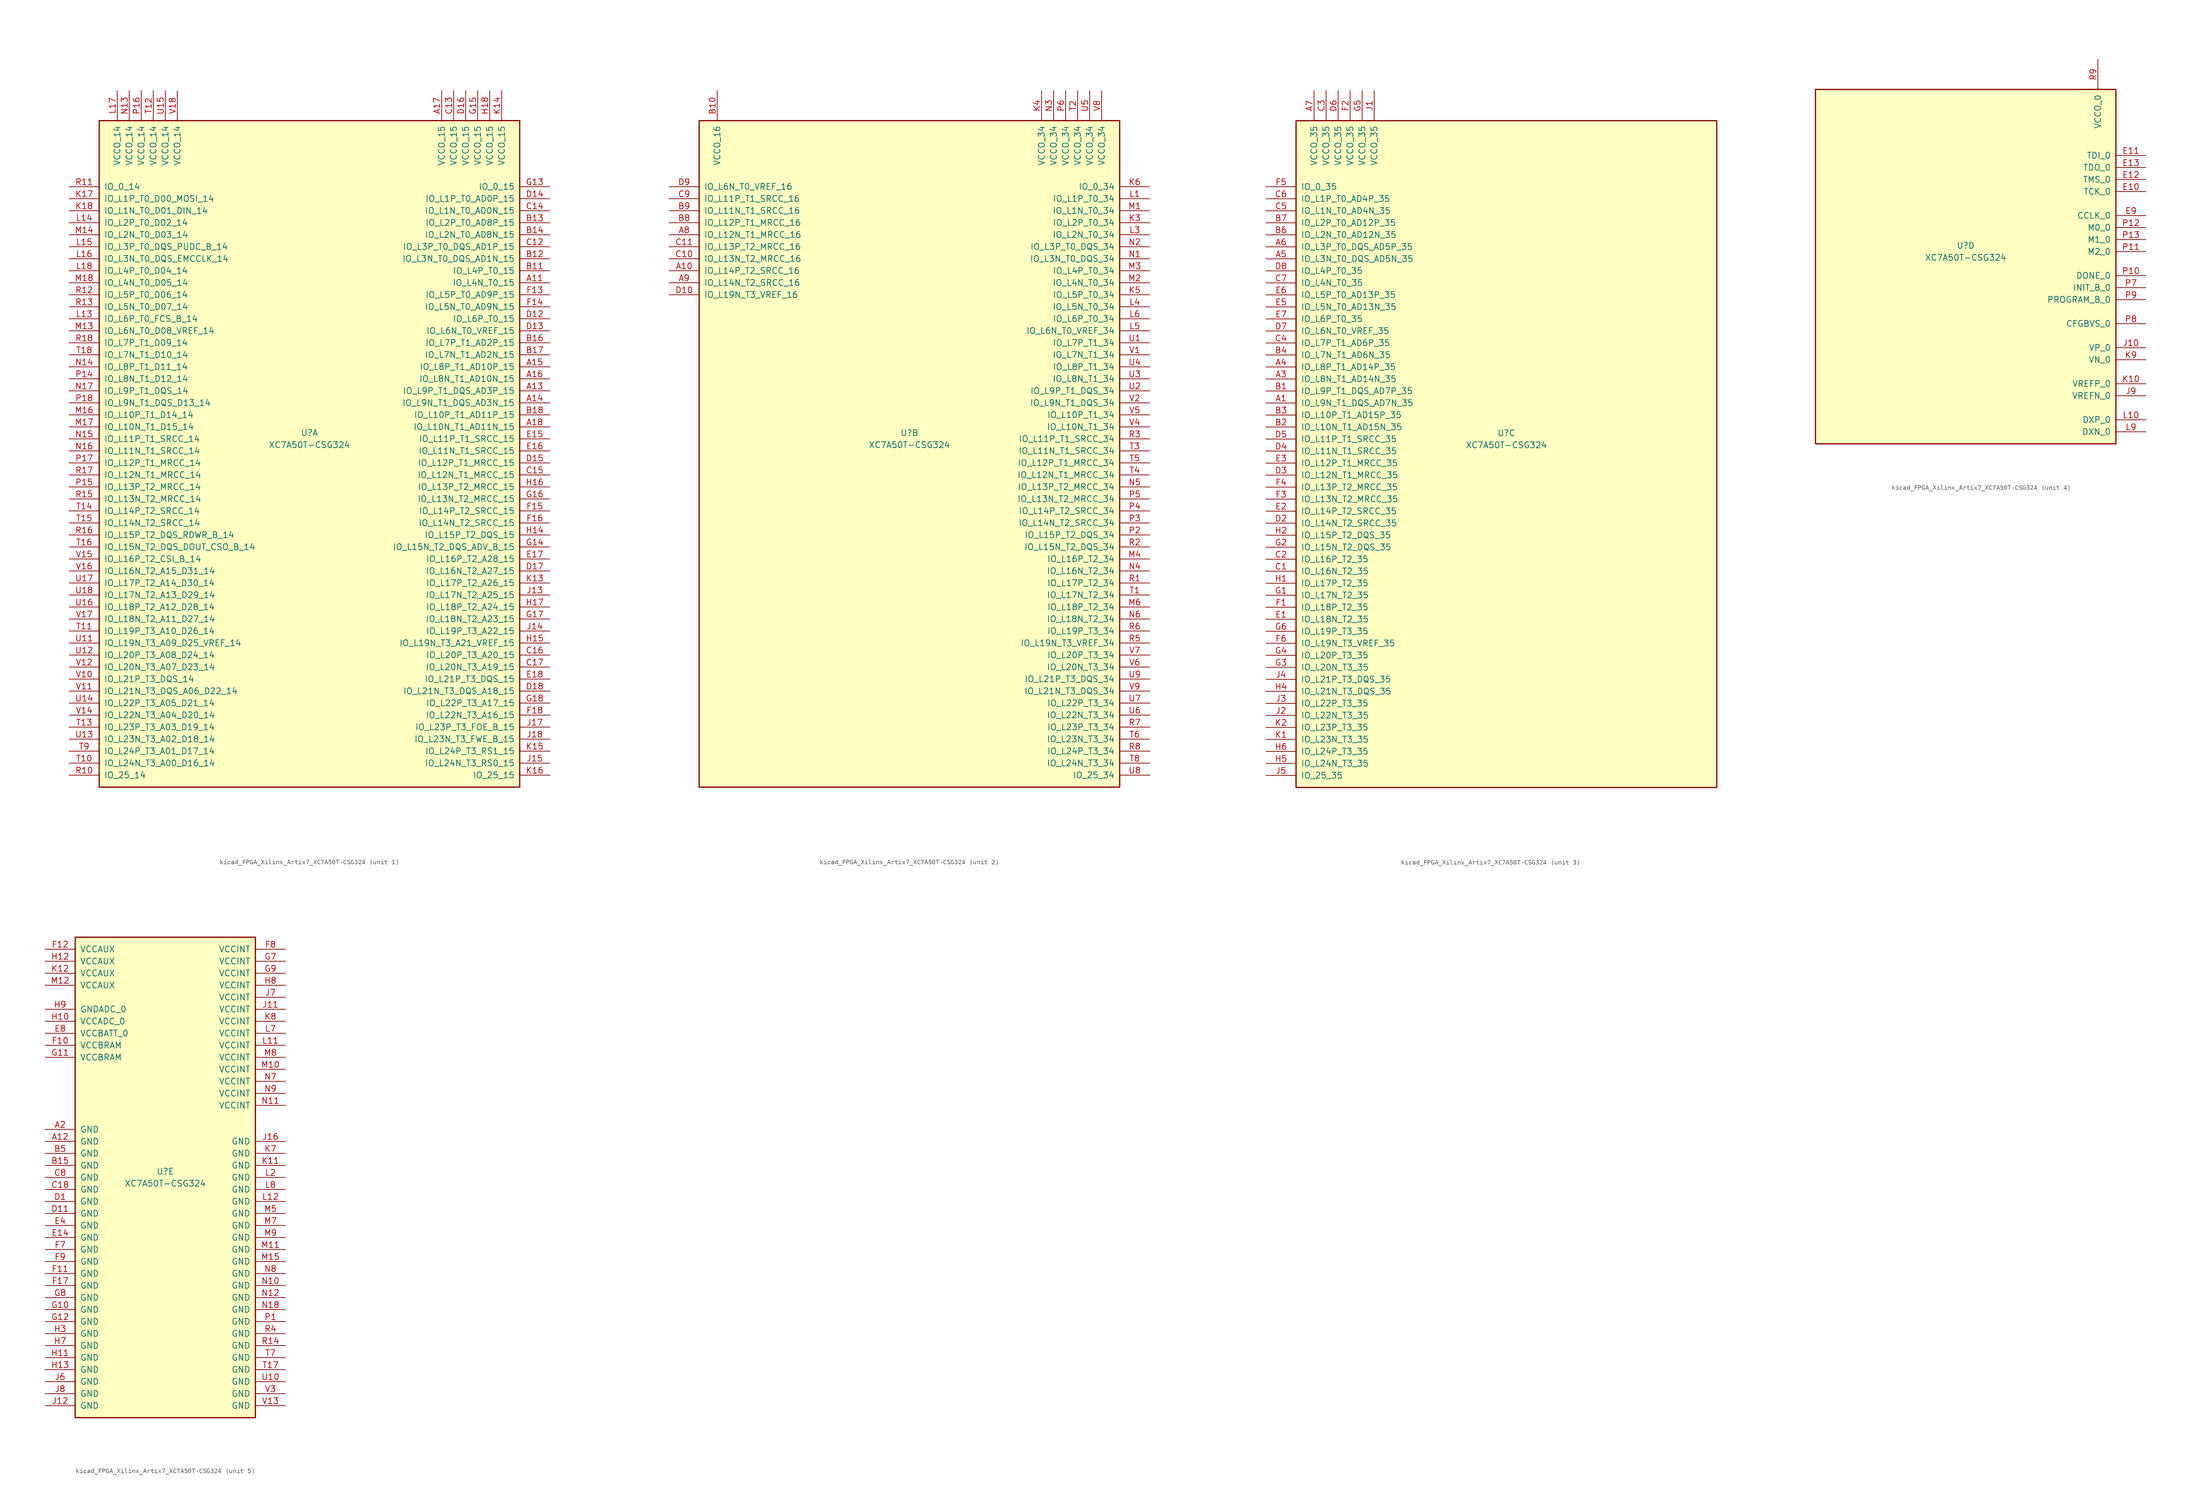
<source format=kicad_sym>
(kicad_symbol_lib
  (version 20220914)
  (generator kicad_symbol_editor)
  (symbol "kicad_FPGA_Xilinx_Artix7_XC7A50T-CSG324"
    (pin_names
      (offset 1.016))
    (property "Reference" "U"
      (at 0 1.27 0)
      (effects (font (size 1.27 1.27))))
    (property "Value" "XC7A50T-CSG324"
      (at 0 -1.27 0)
      (effects (font (size 1.27 1.27))))
    (property "Datasheet" ""
      (at 0 0 0)
      (effects (font (size 1.27 1.27))))
    (property "ki_locked" ""
      (at 0 0 0)
      (effects (font (size 1.27 1.27))))
    (symbol "kicad_FPGA_Xilinx_Artix7_XC7A50T-CSG324_1_1"
      (rectangle (start -44.45 67.31) (end 44.45 -73.66) (stroke (width 0.254) (type default)) (fill (type background)))
      (pin bidirectional line (at 50.8 33.02 180) (length 6.35) (name "IO_L4N_T0_15" (effects (font (size 1.27 1.27)))) (number "A11" (effects (font (size 1.27 1.27)))))
      (pin bidirectional line (at 50.8 10.16 180) (length 6.35) (name "IO_L9P_T1_DQS_AD3P_15" (effects (font (size 1.27 1.27)))) (number "A13" (effects (font (size 1.27 1.27)))))
      (pin bidirectional line (at 50.8 7.62 180) (length 6.35) (name "IO_L9N_T1_DQS_AD3N_15" (effects (font (size 1.27 1.27)))) (number "A14" (effects (font (size 1.27 1.27)))))
      (pin bidirectional line (at 50.8 15.24 180) (length 6.35) (name "IO_L8P_T1_AD10P_15" (effects (font (size 1.27 1.27)))) (number "A15" (effects (font (size 1.27 1.27)))))
      (pin bidirectional line (at 50.8 12.7 180) (length 6.35) (name "IO_L8N_T1_AD10N_15" (effects (font (size 1.27 1.27)))) (number "A16" (effects (font (size 1.27 1.27)))))
      (pin power_in line (at 27.94 73.66 270) (length 6.35) (name "VCCO_15" (effects (font (size 1.27 1.27)))) (number "A17" (effects (font (size 1.27 1.27)))))
      (pin bidirectional line (at 50.8 2.54 180) (length 6.35) (name "IO_L10N_T1_AD11N_15" (effects (font (size 1.27 1.27)))) (number "A18" (effects (font (size 1.27 1.27)))))
      (pin bidirectional line (at 50.8 35.56 180) (length 6.35) (name "IO_L4P_T0_15" (effects (font (size 1.27 1.27)))) (number "B11" (effects (font (size 1.27 1.27)))))
      (pin bidirectional line (at 50.8 38.1 180) (length 6.35) (name "IO_L3N_T0_DQS_AD1N_15" (effects (font (size 1.27 1.27)))) (number "B12" (effects (font (size 1.27 1.27)))))
      (pin bidirectional line (at 50.8 45.72 180) (length 6.35) (name "IO_L2P_T0_AD8P_15" (effects (font (size 1.27 1.27)))) (number "B13" (effects (font (size 1.27 1.27)))))
      (pin bidirectional line (at 50.8 43.18 180) (length 6.35) (name "IO_L2N_T0_AD8N_15" (effects (font (size 1.27 1.27)))) (number "B14" (effects (font (size 1.27 1.27)))))
      (pin bidirectional line (at 50.8 20.32 180) (length 6.35) (name "IO_L7P_T1_AD2P_15" (effects (font (size 1.27 1.27)))) (number "B16" (effects (font (size 1.27 1.27)))))
      (pin bidirectional line (at 50.8 17.78 180) (length 6.35) (name "IO_L7N_T1_AD2N_15" (effects (font (size 1.27 1.27)))) (number "B17" (effects (font (size 1.27 1.27)))))
      (pin bidirectional line (at 50.8 5.08 180) (length 6.35) (name "IO_L10P_T1_AD11P_15" (effects (font (size 1.27 1.27)))) (number "B18" (effects (font (size 1.27 1.27)))))
      (pin bidirectional line (at 50.8 40.64 180) (length 6.35) (name "IO_L3P_T0_DQS_AD1P_15" (effects (font (size 1.27 1.27)))) (number "C12" (effects (font (size 1.27 1.27)))))
      (pin power_in line (at 30.48 73.66 270) (length 6.35) (name "VCCO_15" (effects (font (size 1.27 1.27)))) (number "C13" (effects (font (size 1.27 1.27)))))
      (pin bidirectional line (at 50.8 48.26 180) (length 6.35) (name "IO_L1N_T0_AD0N_15" (effects (font (size 1.27 1.27)))) (number "C14" (effects (font (size 1.27 1.27)))))
      (pin bidirectional line (at 50.8 -7.62 180) (length 6.35) (name "IO_L12N_T1_MRCC_15" (effects (font (size 1.27 1.27)))) (number "C15" (effects (font (size 1.27 1.27)))))
      (pin bidirectional line (at 50.8 -45.72 180) (length 6.35) (name "IO_L20P_T3_A20_15" (effects (font (size 1.27 1.27)))) (number "C16" (effects (font (size 1.27 1.27)))))
      (pin bidirectional line (at 50.8 -48.26 180) (length 6.35) (name "IO_L20N_T3_A19_15" (effects (font (size 1.27 1.27)))) (number "C17" (effects (font (size 1.27 1.27)))))
      (pin bidirectional line (at 50.8 25.4 180) (length 6.35) (name "IO_L6P_T0_15" (effects (font (size 1.27 1.27)))) (number "D12" (effects (font (size 1.27 1.27)))))
      (pin bidirectional line (at 50.8 22.86 180) (length 6.35) (name "IO_L6N_T0_VREF_15" (effects (font (size 1.27 1.27)))) (number "D13" (effects (font (size 1.27 1.27)))))
      (pin bidirectional line (at 50.8 50.8 180) (length 6.35) (name "IO_L1P_T0_AD0P_15" (effects (font (size 1.27 1.27)))) (number "D14" (effects (font (size 1.27 1.27)))))
      (pin bidirectional line (at 50.8 -5.08 180) (length 6.35) (name "IO_L12P_T1_MRCC_15" (effects (font (size 1.27 1.27)))) (number "D15" (effects (font (size 1.27 1.27)))))
      (pin power_in line (at 33.02 73.66 270) (length 6.35) (name "VCCO_15" (effects (font (size 1.27 1.27)))) (number "D16" (effects (font (size 1.27 1.27)))))
      (pin bidirectional line (at 50.8 -27.94 180) (length 6.35) (name "IO_L16N_T2_A27_15" (effects (font (size 1.27 1.27)))) (number "D17" (effects (font (size 1.27 1.27)))))
      (pin bidirectional line (at 50.8 -53.34 180) (length 6.35) (name "IO_L21N_T3_DQS_A18_15" (effects (font (size 1.27 1.27)))) (number "D18" (effects (font (size 1.27 1.27)))))
      (pin bidirectional line (at 50.8 0 180) (length 6.35) (name "IO_L11P_T1_SRCC_15" (effects (font (size 1.27 1.27)))) (number "E15" (effects (font (size 1.27 1.27)))))
      (pin bidirectional line (at 50.8 -2.54 180) (length 6.35) (name "IO_L11N_T1_SRCC_15" (effects (font (size 1.27 1.27)))) (number "E16" (effects (font (size 1.27 1.27)))))
      (pin bidirectional line (at 50.8 -25.4 180) (length 6.35) (name "IO_L16P_T2_A28_15" (effects (font (size 1.27 1.27)))) (number "E17" (effects (font (size 1.27 1.27)))))
      (pin bidirectional line (at 50.8 -50.8 180) (length 6.35) (name "IO_L21P_T3_DQS_15" (effects (font (size 1.27 1.27)))) (number "E18" (effects (font (size 1.27 1.27)))))
      (pin bidirectional line (at 50.8 30.48 180) (length 6.35) (name "IO_L5P_T0_AD9P_15" (effects (font (size 1.27 1.27)))) (number "F13" (effects (font (size 1.27 1.27)))))
      (pin bidirectional line (at 50.8 27.94 180) (length 6.35) (name "IO_L5N_T0_AD9N_15" (effects (font (size 1.27 1.27)))) (number "F14" (effects (font (size 1.27 1.27)))))
      (pin bidirectional line (at 50.8 -15.24 180) (length 6.35) (name "IO_L14P_T2_SRCC_15" (effects (font (size 1.27 1.27)))) (number "F15" (effects (font (size 1.27 1.27)))))
      (pin bidirectional line (at 50.8 -17.78 180) (length 6.35) (name "IO_L14N_T2_SRCC_15" (effects (font (size 1.27 1.27)))) (number "F16" (effects (font (size 1.27 1.27)))))
      (pin bidirectional line (at 50.8 -58.42 180) (length 6.35) (name "IO_L22N_T3_A16_15" (effects (font (size 1.27 1.27)))) (number "F18" (effects (font (size 1.27 1.27)))))
      (pin bidirectional line (at 50.8 53.34 180) (length 6.35) (name "IO_0_15" (effects (font (size 1.27 1.27)))) (number "G13" (effects (font (size 1.27 1.27)))))
      (pin bidirectional line (at 50.8 -22.86 180) (length 6.35) (name "IO_L15N_T2_DQS_ADV_B_15" (effects (font (size 1.27 1.27)))) (number "G14" (effects (font (size 1.27 1.27)))))
      (pin power_in line (at 35.56 73.66 270) (length 6.35) (name "VCCO_15" (effects (font (size 1.27 1.27)))) (number "G15" (effects (font (size 1.27 1.27)))))
      (pin bidirectional line (at 50.8 -12.7 180) (length 6.35) (name "IO_L13N_T2_MRCC_15" (effects (font (size 1.27 1.27)))) (number "G16" (effects (font (size 1.27 1.27)))))
      (pin bidirectional line (at 50.8 -38.1 180) (length 6.35) (name "IO_L18N_T2_A23_15" (effects (font (size 1.27 1.27)))) (number "G17" (effects (font (size 1.27 1.27)))))
      (pin bidirectional line (at 50.8 -55.88 180) (length 6.35) (name "IO_L22P_T3_A17_15" (effects (font (size 1.27 1.27)))) (number "G18" (effects (font (size 1.27 1.27)))))
      (pin bidirectional line (at 50.8 -20.32 180) (length 6.35) (name "IO_L15P_T2_DQS_15" (effects (font (size 1.27 1.27)))) (number "H14" (effects (font (size 1.27 1.27)))))
      (pin bidirectional line (at 50.8 -43.18 180) (length 6.35) (name "IO_L19N_T3_A21_VREF_15" (effects (font (size 1.27 1.27)))) (number "H15" (effects (font (size 1.27 1.27)))))
      (pin bidirectional line (at 50.8 -10.16 180) (length 6.35) (name "IO_L13P_T2_MRCC_15" (effects (font (size 1.27 1.27)))) (number "H16" (effects (font (size 1.27 1.27)))))
      (pin bidirectional line (at 50.8 -35.56 180) (length 6.35) (name "IO_L18P_T2_A24_15" (effects (font (size 1.27 1.27)))) (number "H17" (effects (font (size 1.27 1.27)))))
      (pin power_in line (at 38.1 73.66 270) (length 6.35) (name "VCCO_15" (effects (font (size 1.27 1.27)))) (number "H18" (effects (font (size 1.27 1.27)))))
      (pin bidirectional line (at 50.8 -33.02 180) (length 6.35) (name "IO_L17N_T2_A25_15" (effects (font (size 1.27 1.27)))) (number "J13" (effects (font (size 1.27 1.27)))))
      (pin bidirectional line (at 50.8 -40.64 180) (length 6.35) (name "IO_L19P_T3_A22_15" (effects (font (size 1.27 1.27)))) (number "J14" (effects (font (size 1.27 1.27)))))
      (pin bidirectional line (at 50.8 -68.58 180) (length 6.35) (name "IO_L24N_T3_RS0_15" (effects (font (size 1.27 1.27)))) (number "J15" (effects (font (size 1.27 1.27)))))
      (pin bidirectional line (at 50.8 -60.96 180) (length 6.35) (name "IO_L23P_T3_FOE_B_15" (effects (font (size 1.27 1.27)))) (number "J17" (effects (font (size 1.27 1.27)))))
      (pin bidirectional line (at 50.8 -63.5 180) (length 6.35) (name "IO_L23N_T3_FWE_B_15" (effects (font (size 1.27 1.27)))) (number "J18" (effects (font (size 1.27 1.27)))))
      (pin bidirectional line (at 50.8 -30.48 180) (length 6.35) (name "IO_L17P_T2_A26_15" (effects (font (size 1.27 1.27)))) (number "K13" (effects (font (size 1.27 1.27)))))
      (pin power_in line (at 40.64 73.66 270) (length 6.35) (name "VCCO_15" (effects (font (size 1.27 1.27)))) (number "K14" (effects (font (size 1.27 1.27)))))
      (pin bidirectional line (at 50.8 -66.04 180) (length 6.35) (name "IO_L24P_T3_RS1_15" (effects (font (size 1.27 1.27)))) (number "K15" (effects (font (size 1.27 1.27)))))
      (pin bidirectional line (at 50.8 -71.12 180) (length 6.35) (name "IO_25_15" (effects (font (size 1.27 1.27)))) (number "K16" (effects (font (size 1.27 1.27)))))
      (pin bidirectional line (at -50.8 50.8 0) (length 6.35) (name "IO_L1P_T0_D00_MOSI_14" (effects (font (size 1.27 1.27)))) (number "K17" (effects (font (size 1.27 1.27)))))
      (pin bidirectional line (at -50.8 48.26 0) (length 6.35) (name "IO_L1N_T0_D01_DIN_14" (effects (font (size 1.27 1.27)))) (number "K18" (effects (font (size 1.27 1.27)))))
      (pin bidirectional line (at -50.8 25.4 0) (length 6.35) (name "IO_L6P_T0_FCS_B_14" (effects (font (size 1.27 1.27)))) (number "L13" (effects (font (size 1.27 1.27)))))
      (pin bidirectional line (at -50.8 45.72 0) (length 6.35) (name "IO_L2P_T0_D02_14" (effects (font (size 1.27 1.27)))) (number "L14" (effects (font (size 1.27 1.27)))))
      (pin bidirectional line (at -50.8 40.64 0) (length 6.35) (name "IO_L3P_T0_DQS_PUDC_B_14" (effects (font (size 1.27 1.27)))) (number "L15" (effects (font (size 1.27 1.27)))))
      (pin bidirectional line (at -50.8 38.1 0) (length 6.35) (name "IO_L3N_T0_DQS_EMCCLK_14" (effects (font (size 1.27 1.27)))) (number "L16" (effects (font (size 1.27 1.27)))))
      (pin power_in line (at -40.64 73.66 270) (length 6.35) (name "VCCO_14" (effects (font (size 1.27 1.27)))) (number "L17" (effects (font (size 1.27 1.27)))))
      (pin bidirectional line (at -50.8 35.56 0) (length 6.35) (name "IO_L4P_T0_D04_14" (effects (font (size 1.27 1.27)))) (number "L18" (effects (font (size 1.27 1.27)))))
      (pin bidirectional line (at -50.8 22.86 0) (length 6.35) (name "IO_L6N_T0_D08_VREF_14" (effects (font (size 1.27 1.27)))) (number "M13" (effects (font (size 1.27 1.27)))))
      (pin bidirectional line (at -50.8 43.18 0) (length 6.35) (name "IO_L2N_T0_D03_14" (effects (font (size 1.27 1.27)))) (number "M14" (effects (font (size 1.27 1.27)))))
      (pin bidirectional line (at -50.8 5.08 0) (length 6.35) (name "IO_L10P_T1_D14_14" (effects (font (size 1.27 1.27)))) (number "M16" (effects (font (size 1.27 1.27)))))
      (pin bidirectional line (at -50.8 2.54 0) (length 6.35) (name "IO_L10N_T1_D15_14" (effects (font (size 1.27 1.27)))) (number "M17" (effects (font (size 1.27 1.27)))))
      (pin bidirectional line (at -50.8 33.02 0) (length 6.35) (name "IO_L4N_T0_D05_14" (effects (font (size 1.27 1.27)))) (number "M18" (effects (font (size 1.27 1.27)))))
      (pin power_in line (at -38.1 73.66 270) (length 6.35) (name "VCCO_14" (effects (font (size 1.27 1.27)))) (number "N13" (effects (font (size 1.27 1.27)))))
      (pin bidirectional line (at -50.8 15.24 0) (length 6.35) (name "IO_L8P_T1_D11_14" (effects (font (size 1.27 1.27)))) (number "N14" (effects (font (size 1.27 1.27)))))
      (pin bidirectional line (at -50.8 0 0) (length 6.35) (name "IO_L11P_T1_SRCC_14" (effects (font (size 1.27 1.27)))) (number "N15" (effects (font (size 1.27 1.27)))))
      (pin bidirectional line (at -50.8 -2.54 0) (length 6.35) (name "IO_L11N_T1_SRCC_14" (effects (font (size 1.27 1.27)))) (number "N16" (effects (font (size 1.27 1.27)))))
      (pin bidirectional line (at -50.8 10.16 0) (length 6.35) (name "IO_L9P_T1_DQS_14" (effects (font (size 1.27 1.27)))) (number "N17" (effects (font (size 1.27 1.27)))))
      (pin bidirectional line (at -50.8 12.7 0) (length 6.35) (name "IO_L8N_T1_D12_14" (effects (font (size 1.27 1.27)))) (number "P14" (effects (font (size 1.27 1.27)))))
      (pin bidirectional line (at -50.8 -10.16 0) (length 6.35) (name "IO_L13P_T2_MRCC_14" (effects (font (size 1.27 1.27)))) (number "P15" (effects (font (size 1.27 1.27)))))
      (pin power_in line (at -35.56 73.66 270) (length 6.35) (name "VCCO_14" (effects (font (size 1.27 1.27)))) (number "P16" (effects (font (size 1.27 1.27)))))
      (pin bidirectional line (at -50.8 -5.08 0) (length 6.35) (name "IO_L12P_T1_MRCC_14" (effects (font (size 1.27 1.27)))) (number "P17" (effects (font (size 1.27 1.27)))))
      (pin bidirectional line (at -50.8 7.62 0) (length 6.35) (name "IO_L9N_T1_DQS_D13_14" (effects (font (size 1.27 1.27)))) (number "P18" (effects (font (size 1.27 1.27)))))
      (pin bidirectional line (at -50.8 -71.12 0) (length 6.35) (name "IO_25_14" (effects (font (size 1.27 1.27)))) (number "R10" (effects (font (size 1.27 1.27)))))
      (pin bidirectional line (at -50.8 53.34 0) (length 6.35) (name "IO_0_14" (effects (font (size 1.27 1.27)))) (number "R11" (effects (font (size 1.27 1.27)))))
      (pin bidirectional line (at -50.8 30.48 0) (length 6.35) (name "IO_L5P_T0_D06_14" (effects (font (size 1.27 1.27)))) (number "R12" (effects (font (size 1.27 1.27)))))
      (pin bidirectional line (at -50.8 27.94 0) (length 6.35) (name "IO_L5N_T0_D07_14" (effects (font (size 1.27 1.27)))) (number "R13" (effects (font (size 1.27 1.27)))))
      (pin bidirectional line (at -50.8 -12.7 0) (length 6.35) (name "IO_L13N_T2_MRCC_14" (effects (font (size 1.27 1.27)))) (number "R15" (effects (font (size 1.27 1.27)))))
      (pin bidirectional line (at -50.8 -20.32 0) (length 6.35) (name "IO_L15P_T2_DQS_RDWR_B_14" (effects (font (size 1.27 1.27)))) (number "R16" (effects (font (size 1.27 1.27)))))
      (pin bidirectional line (at -50.8 -7.62 0) (length 6.35) (name "IO_L12N_T1_MRCC_14" (effects (font (size 1.27 1.27)))) (number "R17" (effects (font (size 1.27 1.27)))))
      (pin bidirectional line (at -50.8 20.32 0) (length 6.35) (name "IO_L7P_T1_D09_14" (effects (font (size 1.27 1.27)))) (number "R18" (effects (font (size 1.27 1.27)))))
      (pin bidirectional line (at -50.8 -68.58 0) (length 6.35) (name "IO_L24N_T3_A00_D16_14" (effects (font (size 1.27 1.27)))) (number "T10" (effects (font (size 1.27 1.27)))))
      (pin bidirectional line (at -50.8 -40.64 0) (length 6.35) (name "IO_L19P_T3_A10_D26_14" (effects (font (size 1.27 1.27)))) (number "T11" (effects (font (size 1.27 1.27)))))
      (pin power_in line (at -33.02 73.66 270) (length 6.35) (name "VCCO_14" (effects (font (size 1.27 1.27)))) (number "T12" (effects (font (size 1.27 1.27)))))
      (pin bidirectional line (at -50.8 -60.96 0) (length 6.35) (name "IO_L23P_T3_A03_D19_14" (effects (font (size 1.27 1.27)))) (number "T13" (effects (font (size 1.27 1.27)))))
      (pin bidirectional line (at -50.8 -15.24 0) (length 6.35) (name "IO_L14P_T2_SRCC_14" (effects (font (size 1.27 1.27)))) (number "T14" (effects (font (size 1.27 1.27)))))
      (pin bidirectional line (at -50.8 -17.78 0) (length 6.35) (name "IO_L14N_T2_SRCC_14" (effects (font (size 1.27 1.27)))) (number "T15" (effects (font (size 1.27 1.27)))))
      (pin bidirectional line (at -50.8 -22.86 0) (length 6.35) (name "IO_L15N_T2_DQS_DOUT_CSO_B_14" (effects (font (size 1.27 1.27)))) (number "T16" (effects (font (size 1.27 1.27)))))
      (pin bidirectional line (at -50.8 17.78 0) (length 6.35) (name "IO_L7N_T1_D10_14" (effects (font (size 1.27 1.27)))) (number "T18" (effects (font (size 1.27 1.27)))))
      (pin bidirectional line (at -50.8 -66.04 0) (length 6.35) (name "IO_L24P_T3_A01_D17_14" (effects (font (size 1.27 1.27)))) (number "T9" (effects (font (size 1.27 1.27)))))
      (pin bidirectional line (at -50.8 -43.18 0) (length 6.35) (name "IO_L19N_T3_A09_D25_VREF_14" (effects (font (size 1.27 1.27)))) (number "U11" (effects (font (size 1.27 1.27)))))
      (pin bidirectional line (at -50.8 -45.72 0) (length 6.35) (name "IO_L20P_T3_A08_D24_14" (effects (font (size 1.27 1.27)))) (number "U12" (effects (font (size 1.27 1.27)))))
      (pin bidirectional line (at -50.8 -63.5 0) (length 6.35) (name "IO_L23N_T3_A02_D18_14" (effects (font (size 1.27 1.27)))) (number "U13" (effects (font (size 1.27 1.27)))))
      (pin bidirectional line (at -50.8 -55.88 0) (length 6.35) (name "IO_L22P_T3_A05_D21_14" (effects (font (size 1.27 1.27)))) (number "U14" (effects (font (size 1.27 1.27)))))
      (pin power_in line (at -30.48 73.66 270) (length 6.35) (name "VCCO_14" (effects (font (size 1.27 1.27)))) (number "U15" (effects (font (size 1.27 1.27)))))
      (pin bidirectional line (at -50.8 -35.56 0) (length 6.35) (name "IO_L18P_T2_A12_D28_14" (effects (font (size 1.27 1.27)))) (number "U16" (effects (font (size 1.27 1.27)))))
      (pin bidirectional line (at -50.8 -30.48 0) (length 6.35) (name "IO_L17P_T2_A14_D30_14" (effects (font (size 1.27 1.27)))) (number "U17" (effects (font (size 1.27 1.27)))))
      (pin bidirectional line (at -50.8 -33.02 0) (length 6.35) (name "IO_L17N_T2_A13_D29_14" (effects (font (size 1.27 1.27)))) (number "U18" (effects (font (size 1.27 1.27)))))
      (pin bidirectional line (at -50.8 -50.8 0) (length 6.35) (name "IO_L21P_T3_DQS_14" (effects (font (size 1.27 1.27)))) (number "V10" (effects (font (size 1.27 1.27)))))
      (pin bidirectional line (at -50.8 -53.34 0) (length 6.35) (name "IO_L21N_T3_DQS_A06_D22_14" (effects (font (size 1.27 1.27)))) (number "V11" (effects (font (size 1.27 1.27)))))
      (pin bidirectional line (at -50.8 -48.26 0) (length 6.35) (name "IO_L20N_T3_A07_D23_14" (effects (font (size 1.27 1.27)))) (number "V12" (effects (font (size 1.27 1.27)))))
      (pin bidirectional line (at -50.8 -58.42 0) (length 6.35) (name "IO_L22N_T3_A04_D20_14" (effects (font (size 1.27 1.27)))) (number "V14" (effects (font (size 1.27 1.27)))))
      (pin bidirectional line (at -50.8 -25.4 0) (length 6.35) (name "IO_L16P_T2_CSI_B_14" (effects (font (size 1.27 1.27)))) (number "V15" (effects (font (size 1.27 1.27)))))
      (pin bidirectional line (at -50.8 -27.94 0) (length 6.35) (name "IO_L16N_T2_A15_D31_14" (effects (font (size 1.27 1.27)))) (number "V16" (effects (font (size 1.27 1.27)))))
      (pin bidirectional line (at -50.8 -38.1 0) (length 6.35) (name "IO_L18N_T2_A11_D27_14" (effects (font (size 1.27 1.27)))) (number "V17" (effects (font (size 1.27 1.27)))))
      (pin power_in line (at -27.94 73.66 270) (length 6.35) (name "VCCO_14" (effects (font (size 1.27 1.27)))) (number "V18" (effects (font (size 1.27 1.27))))))
    (symbol "kicad_FPGA_Xilinx_Artix7_XC7A50T-CSG324_2_1"
      (rectangle (start -44.45 67.31) (end 44.45 -73.66) (stroke (width 0.254) (type default)) (fill (type background)))
      (pin bidirectional line (at -50.8 35.56 0) (length 6.35) (name "IO_L14P_T2_SRCC_16" (effects (font (size 1.27 1.27)))) (number "A10" (effects (font (size 1.27 1.27)))))
      (pin bidirectional line (at -50.8 43.18 0) (length 6.35) (name "IO_L12N_T1_MRCC_16" (effects (font (size 1.27 1.27)))) (number "A8" (effects (font (size 1.27 1.27)))))
      (pin bidirectional line (at -50.8 33.02 0) (length 6.35) (name "IO_L14N_T2_SRCC_16" (effects (font (size 1.27 1.27)))) (number "A9" (effects (font (size 1.27 1.27)))))
      (pin power_in line (at -40.64 73.66 270) (length 6.35) (name "VCCO_16" (effects (font (size 1.27 1.27)))) (number "B10" (effects (font (size 1.27 1.27)))))
      (pin bidirectional line (at -50.8 45.72 0) (length 6.35) (name "IO_L12P_T1_MRCC_16" (effects (font (size 1.27 1.27)))) (number "B8" (effects (font (size 1.27 1.27)))))
      (pin bidirectional line (at -50.8 48.26 0) (length 6.35) (name "IO_L11N_T1_SRCC_16" (effects (font (size 1.27 1.27)))) (number "B9" (effects (font (size 1.27 1.27)))))
      (pin bidirectional line (at -50.8 38.1 0) (length 6.35) (name "IO_L13N_T2_MRCC_16" (effects (font (size 1.27 1.27)))) (number "C10" (effects (font (size 1.27 1.27)))))
      (pin bidirectional line (at -50.8 40.64 0) (length 6.35) (name "IO_L13P_T2_MRCC_16" (effects (font (size 1.27 1.27)))) (number "C11" (effects (font (size 1.27 1.27)))))
      (pin bidirectional line (at -50.8 50.8 0) (length 6.35) (name "IO_L11P_T1_SRCC_16" (effects (font (size 1.27 1.27)))) (number "C9" (effects (font (size 1.27 1.27)))))
      (pin bidirectional line (at -50.8 30.48 0) (length 6.35) (name "IO_L19N_T3_VREF_16" (effects (font (size 1.27 1.27)))) (number "D10" (effects (font (size 1.27 1.27)))))
      (pin bidirectional line (at -50.8 53.34 0) (length 6.35) (name "IO_L6N_T0_VREF_16" (effects (font (size 1.27 1.27)))) (number "D9" (effects (font (size 1.27 1.27)))))
      (pin bidirectional line (at 50.8 45.72 180) (length 6.35) (name "IO_L2P_T0_34" (effects (font (size 1.27 1.27)))) (number "K3" (effects (font (size 1.27 1.27)))))
      (pin power_in line (at 27.94 73.66 270) (length 6.35) (name "VCCO_34" (effects (font (size 1.27 1.27)))) (number "K4" (effects (font (size 1.27 1.27)))))
      (pin bidirectional line (at 50.8 30.48 180) (length 6.35) (name "IO_L5P_T0_34" (effects (font (size 1.27 1.27)))) (number "K5" (effects (font (size 1.27 1.27)))))
      (pin bidirectional line (at 50.8 53.34 180) (length 6.35) (name "IO_0_34" (effects (font (size 1.27 1.27)))) (number "K6" (effects (font (size 1.27 1.27)))))
      (pin bidirectional line (at 50.8 50.8 180) (length 6.35) (name "IO_L1P_T0_34" (effects (font (size 1.27 1.27)))) (number "L1" (effects (font (size 1.27 1.27)))))
      (pin bidirectional line (at 50.8 43.18 180) (length 6.35) (name "IO_L2N_T0_34" (effects (font (size 1.27 1.27)))) (number "L3" (effects (font (size 1.27 1.27)))))
      (pin bidirectional line (at 50.8 27.94 180) (length 6.35) (name "IO_L5N_T0_34" (effects (font (size 1.27 1.27)))) (number "L4" (effects (font (size 1.27 1.27)))))
      (pin bidirectional line (at 50.8 22.86 180) (length 6.35) (name "IO_L6N_T0_VREF_34" (effects (font (size 1.27 1.27)))) (number "L5" (effects (font (size 1.27 1.27)))))
      (pin bidirectional line (at 50.8 25.4 180) (length 6.35) (name "IO_L6P_T0_34" (effects (font (size 1.27 1.27)))) (number "L6" (effects (font (size 1.27 1.27)))))
      (pin bidirectional line (at 50.8 48.26 180) (length 6.35) (name "IO_L1N_T0_34" (effects (font (size 1.27 1.27)))) (number "M1" (effects (font (size 1.27 1.27)))))
      (pin bidirectional line (at 50.8 33.02 180) (length 6.35) (name "IO_L4N_T0_34" (effects (font (size 1.27 1.27)))) (number "M2" (effects (font (size 1.27 1.27)))))
      (pin bidirectional line (at 50.8 35.56 180) (length 6.35) (name "IO_L4P_T0_34" (effects (font (size 1.27 1.27)))) (number "M3" (effects (font (size 1.27 1.27)))))
      (pin bidirectional line (at 50.8 -25.4 180) (length 6.35) (name "IO_L16P_T2_34" (effects (font (size 1.27 1.27)))) (number "M4" (effects (font (size 1.27 1.27)))))
      (pin bidirectional line (at 50.8 -35.56 180) (length 6.35) (name "IO_L18P_T2_34" (effects (font (size 1.27 1.27)))) (number "M6" (effects (font (size 1.27 1.27)))))
      (pin bidirectional line (at 50.8 38.1 180) (length 6.35) (name "IO_L3N_T0_DQS_34" (effects (font (size 1.27 1.27)))) (number "N1" (effects (font (size 1.27 1.27)))))
      (pin bidirectional line (at 50.8 40.64 180) (length 6.35) (name "IO_L3P_T0_DQS_34" (effects (font (size 1.27 1.27)))) (number "N2" (effects (font (size 1.27 1.27)))))
      (pin power_in line (at 30.48 73.66 270) (length 6.35) (name "VCCO_34" (effects (font (size 1.27 1.27)))) (number "N3" (effects (font (size 1.27 1.27)))))
      (pin bidirectional line (at 50.8 -27.94 180) (length 6.35) (name "IO_L16N_T2_34" (effects (font (size 1.27 1.27)))) (number "N4" (effects (font (size 1.27 1.27)))))
      (pin bidirectional line (at 50.8 -10.16 180) (length 6.35) (name "IO_L13P_T2_MRCC_34" (effects (font (size 1.27 1.27)))) (number "N5" (effects (font (size 1.27 1.27)))))
      (pin bidirectional line (at 50.8 -38.1 180) (length 6.35) (name "IO_L18N_T2_34" (effects (font (size 1.27 1.27)))) (number "N6" (effects (font (size 1.27 1.27)))))
      (pin bidirectional line (at 50.8 -20.32 180) (length 6.35) (name "IO_L15P_T2_DQS_34" (effects (font (size 1.27 1.27)))) (number "P2" (effects (font (size 1.27 1.27)))))
      (pin bidirectional line (at 50.8 -17.78 180) (length 6.35) (name "IO_L14N_T2_SRCC_34" (effects (font (size 1.27 1.27)))) (number "P3" (effects (font (size 1.27 1.27)))))
      (pin bidirectional line (at 50.8 -15.24 180) (length 6.35) (name "IO_L14P_T2_SRCC_34" (effects (font (size 1.27 1.27)))) (number "P4" (effects (font (size 1.27 1.27)))))
      (pin bidirectional line (at 50.8 -12.7 180) (length 6.35) (name "IO_L13N_T2_MRCC_34" (effects (font (size 1.27 1.27)))) (number "P5" (effects (font (size 1.27 1.27)))))
      (pin power_in line (at 33.02 73.66 270) (length 6.35) (name "VCCO_34" (effects (font (size 1.27 1.27)))) (number "P6" (effects (font (size 1.27 1.27)))))
      (pin bidirectional line (at 50.8 -30.48 180) (length 6.35) (name "IO_L17P_T2_34" (effects (font (size 1.27 1.27)))) (number "R1" (effects (font (size 1.27 1.27)))))
      (pin bidirectional line (at 50.8 -22.86 180) (length 6.35) (name "IO_L15N_T2_DQS_34" (effects (font (size 1.27 1.27)))) (number "R2" (effects (font (size 1.27 1.27)))))
      (pin bidirectional line (at 50.8 0 180) (length 6.35) (name "IO_L11P_T1_SRCC_34" (effects (font (size 1.27 1.27)))) (number "R3" (effects (font (size 1.27 1.27)))))
      (pin bidirectional line (at 50.8 -43.18 180) (length 6.35) (name "IO_L19N_T3_VREF_34" (effects (font (size 1.27 1.27)))) (number "R5" (effects (font (size 1.27 1.27)))))
      (pin bidirectional line (at 50.8 -40.64 180) (length 6.35) (name "IO_L19P_T3_34" (effects (font (size 1.27 1.27)))) (number "R6" (effects (font (size 1.27 1.27)))))
      (pin bidirectional line (at 50.8 -60.96 180) (length 6.35) (name "IO_L23P_T3_34" (effects (font (size 1.27 1.27)))) (number "R7" (effects (font (size 1.27 1.27)))))
      (pin bidirectional line (at 50.8 -66.04 180) (length 6.35) (name "IO_L24P_T3_34" (effects (font (size 1.27 1.27)))) (number "R8" (effects (font (size 1.27 1.27)))))
      (pin bidirectional line (at 50.8 -33.02 180) (length 6.35) (name "IO_L17N_T2_34" (effects (font (size 1.27 1.27)))) (number "T1" (effects (font (size 1.27 1.27)))))
      (pin power_in line (at 35.56 73.66 270) (length 6.35) (name "VCCO_34" (effects (font (size 1.27 1.27)))) (number "T2" (effects (font (size 1.27 1.27)))))
      (pin bidirectional line (at 50.8 -2.54 180) (length 6.35) (name "IO_L11N_T1_SRCC_34" (effects (font (size 1.27 1.27)))) (number "T3" (effects (font (size 1.27 1.27)))))
      (pin bidirectional line (at 50.8 -7.62 180) (length 6.35) (name "IO_L12N_T1_MRCC_34" (effects (font (size 1.27 1.27)))) (number "T4" (effects (font (size 1.27 1.27)))))
      (pin bidirectional line (at 50.8 -5.08 180) (length 6.35) (name "IO_L12P_T1_MRCC_34" (effects (font (size 1.27 1.27)))) (number "T5" (effects (font (size 1.27 1.27)))))
      (pin bidirectional line (at 50.8 -63.5 180) (length 6.35) (name "IO_L23N_T3_34" (effects (font (size 1.27 1.27)))) (number "T6" (effects (font (size 1.27 1.27)))))
      (pin bidirectional line (at 50.8 -68.58 180) (length 6.35) (name "IO_L24N_T3_34" (effects (font (size 1.27 1.27)))) (number "T8" (effects (font (size 1.27 1.27)))))
      (pin bidirectional line (at 50.8 20.32 180) (length 6.35) (name "IO_L7P_T1_34" (effects (font (size 1.27 1.27)))) (number "U1" (effects (font (size 1.27 1.27)))))
      (pin bidirectional line (at 50.8 10.16 180) (length 6.35) (name "IO_L9P_T1_DQS_34" (effects (font (size 1.27 1.27)))) (number "U2" (effects (font (size 1.27 1.27)))))
      (pin bidirectional line (at 50.8 12.7 180) (length 6.35) (name "IO_L8N_T1_34" (effects (font (size 1.27 1.27)))) (number "U3" (effects (font (size 1.27 1.27)))))
      (pin bidirectional line (at 50.8 15.24 180) (length 6.35) (name "IO_L8P_T1_34" (effects (font (size 1.27 1.27)))) (number "U4" (effects (font (size 1.27 1.27)))))
      (pin power_in line (at 38.1 73.66 270) (length 6.35) (name "VCCO_34" (effects (font (size 1.27 1.27)))) (number "U5" (effects (font (size 1.27 1.27)))))
      (pin bidirectional line (at 50.8 -58.42 180) (length 6.35) (name "IO_L22N_T3_34" (effects (font (size 1.27 1.27)))) (number "U6" (effects (font (size 1.27 1.27)))))
      (pin bidirectional line (at 50.8 -55.88 180) (length 6.35) (name "IO_L22P_T3_34" (effects (font (size 1.27 1.27)))) (number "U7" (effects (font (size 1.27 1.27)))))
      (pin bidirectional line (at 50.8 -71.12 180) (length 6.35) (name "IO_25_34" (effects (font (size 1.27 1.27)))) (number "U8" (effects (font (size 1.27 1.27)))))
      (pin bidirectional line (at 50.8 -50.8 180) (length 6.35) (name "IO_L21P_T3_DQS_34" (effects (font (size 1.27 1.27)))) (number "U9" (effects (font (size 1.27 1.27)))))
      (pin bidirectional line (at 50.8 17.78 180) (length 6.35) (name "IO_L7N_T1_34" (effects (font (size 1.27 1.27)))) (number "V1" (effects (font (size 1.27 1.27)))))
      (pin bidirectional line (at 50.8 7.62 180) (length 6.35) (name "IO_L9N_T1_DQS_34" (effects (font (size 1.27 1.27)))) (number "V2" (effects (font (size 1.27 1.27)))))
      (pin bidirectional line (at 50.8 2.54 180) (length 6.35) (name "IO_L10N_T1_34" (effects (font (size 1.27 1.27)))) (number "V4" (effects (font (size 1.27 1.27)))))
      (pin bidirectional line (at 50.8 5.08 180) (length 6.35) (name "IO_L10P_T1_34" (effects (font (size 1.27 1.27)))) (number "V5" (effects (font (size 1.27 1.27)))))
      (pin bidirectional line (at 50.8 -48.26 180) (length 6.35) (name "IO_L20N_T3_34" (effects (font (size 1.27 1.27)))) (number "V6" (effects (font (size 1.27 1.27)))))
      (pin bidirectional line (at 50.8 -45.72 180) (length 6.35) (name "IO_L20P_T3_34" (effects (font (size 1.27 1.27)))) (number "V7" (effects (font (size 1.27 1.27)))))
      (pin power_in line (at 40.64 73.66 270) (length 6.35) (name "VCCO_34" (effects (font (size 1.27 1.27)))) (number "V8" (effects (font (size 1.27 1.27)))))
      (pin bidirectional line (at 50.8 -53.34 180) (length 6.35) (name "IO_L21N_T3_DQS_34" (effects (font (size 1.27 1.27)))) (number "V9" (effects (font (size 1.27 1.27))))))
    (symbol "kicad_FPGA_Xilinx_Artix7_XC7A50T-CSG324_3_1"
      (rectangle (start -44.45 67.31) (end 44.45 -73.66) (stroke (width 0.254) (type default)) (fill (type background)))
      (pin bidirectional line (at -50.8 7.62 0) (length 6.35) (name "IO_L9N_T1_DQS_AD7N_35" (effects (font (size 1.27 1.27)))) (number "A1" (effects (font (size 1.27 1.27)))))
      (pin bidirectional line (at -50.8 12.7 0) (length 6.35) (name "IO_L8N_T1_AD14N_35" (effects (font (size 1.27 1.27)))) (number "A3" (effects (font (size 1.27 1.27)))))
      (pin bidirectional line (at -50.8 15.24 0) (length 6.35) (name "IO_L8P_T1_AD14P_35" (effects (font (size 1.27 1.27)))) (number "A4" (effects (font (size 1.27 1.27)))))
      (pin bidirectional line (at -50.8 38.1 0) (length 6.35) (name "IO_L3N_T0_DQS_AD5N_35" (effects (font (size 1.27 1.27)))) (number "A5" (effects (font (size 1.27 1.27)))))
      (pin bidirectional line (at -50.8 40.64 0) (length 6.35) (name "IO_L3P_T0_DQS_AD5P_35" (effects (font (size 1.27 1.27)))) (number "A6" (effects (font (size 1.27 1.27)))))
      (pin power_in line (at -40.64 73.66 270) (length 6.35) (name "VCCO_35" (effects (font (size 1.27 1.27)))) (number "A7" (effects (font (size 1.27 1.27)))))
      (pin bidirectional line (at -50.8 10.16 0) (length 6.35) (name "IO_L9P_T1_DQS_AD7P_35" (effects (font (size 1.27 1.27)))) (number "B1" (effects (font (size 1.27 1.27)))))
      (pin bidirectional line (at -50.8 2.54 0) (length 6.35) (name "IO_L10N_T1_AD15N_35" (effects (font (size 1.27 1.27)))) (number "B2" (effects (font (size 1.27 1.27)))))
      (pin bidirectional line (at -50.8 5.08 0) (length 6.35) (name "IO_L10P_T1_AD15P_35" (effects (font (size 1.27 1.27)))) (number "B3" (effects (font (size 1.27 1.27)))))
      (pin bidirectional line (at -50.8 17.78 0) (length 6.35) (name "IO_L7N_T1_AD6N_35" (effects (font (size 1.27 1.27)))) (number "B4" (effects (font (size 1.27 1.27)))))
      (pin bidirectional line (at -50.8 43.18 0) (length 6.35) (name "IO_L2N_T0_AD12N_35" (effects (font (size 1.27 1.27)))) (number "B6" (effects (font (size 1.27 1.27)))))
      (pin bidirectional line (at -50.8 45.72 0) (length 6.35) (name "IO_L2P_T0_AD12P_35" (effects (font (size 1.27 1.27)))) (number "B7" (effects (font (size 1.27 1.27)))))
      (pin bidirectional line (at -50.8 -27.94 0) (length 6.35) (name "IO_L16N_T2_35" (effects (font (size 1.27 1.27)))) (number "C1" (effects (font (size 1.27 1.27)))))
      (pin bidirectional line (at -50.8 -25.4 0) (length 6.35) (name "IO_L16P_T2_35" (effects (font (size 1.27 1.27)))) (number "C2" (effects (font (size 1.27 1.27)))))
      (pin power_in line (at -38.1 73.66 270) (length 6.35) (name "VCCO_35" (effects (font (size 1.27 1.27)))) (number "C3" (effects (font (size 1.27 1.27)))))
      (pin bidirectional line (at -50.8 20.32 0) (length 6.35) (name "IO_L7P_T1_AD6P_35" (effects (font (size 1.27 1.27)))) (number "C4" (effects (font (size 1.27 1.27)))))
      (pin bidirectional line (at -50.8 48.26 0) (length 6.35) (name "IO_L1N_T0_AD4N_35" (effects (font (size 1.27 1.27)))) (number "C5" (effects (font (size 1.27 1.27)))))
      (pin bidirectional line (at -50.8 50.8 0) (length 6.35) (name "IO_L1P_T0_AD4P_35" (effects (font (size 1.27 1.27)))) (number "C6" (effects (font (size 1.27 1.27)))))
      (pin bidirectional line (at -50.8 33.02 0) (length 6.35) (name "IO_L4N_T0_35" (effects (font (size 1.27 1.27)))) (number "C7" (effects (font (size 1.27 1.27)))))
      (pin bidirectional line (at -50.8 -17.78 0) (length 6.35) (name "IO_L14N_T2_SRCC_35" (effects (font (size 1.27 1.27)))) (number "D2" (effects (font (size 1.27 1.27)))))
      (pin bidirectional line (at -50.8 -7.62 0) (length 6.35) (name "IO_L12N_T1_MRCC_35" (effects (font (size 1.27 1.27)))) (number "D3" (effects (font (size 1.27 1.27)))))
      (pin bidirectional line (at -50.8 -2.54 0) (length 6.35) (name "IO_L11N_T1_SRCC_35" (effects (font (size 1.27 1.27)))) (number "D4" (effects (font (size 1.27 1.27)))))
      (pin bidirectional line (at -50.8 0 0) (length 6.35) (name "IO_L11P_T1_SRCC_35" (effects (font (size 1.27 1.27)))) (number "D5" (effects (font (size 1.27 1.27)))))
      (pin power_in line (at -35.56 73.66 270) (length 6.35) (name "VCCO_35" (effects (font (size 1.27 1.27)))) (number "D6" (effects (font (size 1.27 1.27)))))
      (pin bidirectional line (at -50.8 22.86 0) (length 6.35) (name "IO_L6N_T0_VREF_35" (effects (font (size 1.27 1.27)))) (number "D7" (effects (font (size 1.27 1.27)))))
      (pin bidirectional line (at -50.8 35.56 0) (length 6.35) (name "IO_L4P_T0_35" (effects (font (size 1.27 1.27)))) (number "D8" (effects (font (size 1.27 1.27)))))
      (pin bidirectional line (at -50.8 -38.1 0) (length 6.35) (name "IO_L18N_T2_35" (effects (font (size 1.27 1.27)))) (number "E1" (effects (font (size 1.27 1.27)))))
      (pin bidirectional line (at -50.8 -15.24 0) (length 6.35) (name "IO_L14P_T2_SRCC_35" (effects (font (size 1.27 1.27)))) (number "E2" (effects (font (size 1.27 1.27)))))
      (pin bidirectional line (at -50.8 -5.08 0) (length 6.35) (name "IO_L12P_T1_MRCC_35" (effects (font (size 1.27 1.27)))) (number "E3" (effects (font (size 1.27 1.27)))))
      (pin bidirectional line (at -50.8 27.94 0) (length 6.35) (name "IO_L5N_T0_AD13N_35" (effects (font (size 1.27 1.27)))) (number "E5" (effects (font (size 1.27 1.27)))))
      (pin bidirectional line (at -50.8 30.48 0) (length 6.35) (name "IO_L5P_T0_AD13P_35" (effects (font (size 1.27 1.27)))) (number "E6" (effects (font (size 1.27 1.27)))))
      (pin bidirectional line (at -50.8 25.4 0) (length 6.35) (name "IO_L6P_T0_35" (effects (font (size 1.27 1.27)))) (number "E7" (effects (font (size 1.27 1.27)))))
      (pin bidirectional line (at -50.8 -35.56 0) (length 6.35) (name "IO_L18P_T2_35" (effects (font (size 1.27 1.27)))) (number "F1" (effects (font (size 1.27 1.27)))))
      (pin power_in line (at -33.02 73.66 270) (length 6.35) (name "VCCO_35" (effects (font (size 1.27 1.27)))) (number "F2" (effects (font (size 1.27 1.27)))))
      (pin bidirectional line (at -50.8 -12.7 0) (length 6.35) (name "IO_L13N_T2_MRCC_35" (effects (font (size 1.27 1.27)))) (number "F3" (effects (font (size 1.27 1.27)))))
      (pin bidirectional line (at -50.8 -10.16 0) (length 6.35) (name "IO_L13P_T2_MRCC_35" (effects (font (size 1.27 1.27)))) (number "F4" (effects (font (size 1.27 1.27)))))
      (pin bidirectional line (at -50.8 53.34 0) (length 6.35) (name "IO_0_35" (effects (font (size 1.27 1.27)))) (number "F5" (effects (font (size 1.27 1.27)))))
      (pin bidirectional line (at -50.8 -43.18 0) (length 6.35) (name "IO_L19N_T3_VREF_35" (effects (font (size 1.27 1.27)))) (number "F6" (effects (font (size 1.27 1.27)))))
      (pin bidirectional line (at -50.8 -33.02 0) (length 6.35) (name "IO_L17N_T2_35" (effects (font (size 1.27 1.27)))) (number "G1" (effects (font (size 1.27 1.27)))))
      (pin bidirectional line (at -50.8 -22.86 0) (length 6.35) (name "IO_L15N_T2_DQS_35" (effects (font (size 1.27 1.27)))) (number "G2" (effects (font (size 1.27 1.27)))))
      (pin bidirectional line (at -50.8 -48.26 0) (length 6.35) (name "IO_L20N_T3_35" (effects (font (size 1.27 1.27)))) (number "G3" (effects (font (size 1.27 1.27)))))
      (pin bidirectional line (at -50.8 -45.72 0) (length 6.35) (name "IO_L20P_T3_35" (effects (font (size 1.27 1.27)))) (number "G4" (effects (font (size 1.27 1.27)))))
      (pin power_in line (at -30.48 73.66 270) (length 6.35) (name "VCCO_35" (effects (font (size 1.27 1.27)))) (number "G5" (effects (font (size 1.27 1.27)))))
      (pin bidirectional line (at -50.8 -40.64 0) (length 6.35) (name "IO_L19P_T3_35" (effects (font (size 1.27 1.27)))) (number "G6" (effects (font (size 1.27 1.27)))))
      (pin bidirectional line (at -50.8 -30.48 0) (length 6.35) (name "IO_L17P_T2_35" (effects (font (size 1.27 1.27)))) (number "H1" (effects (font (size 1.27 1.27)))))
      (pin bidirectional line (at -50.8 -20.32 0) (length 6.35) (name "IO_L15P_T2_DQS_35" (effects (font (size 1.27 1.27)))) (number "H2" (effects (font (size 1.27 1.27)))))
      (pin bidirectional line (at -50.8 -53.34 0) (length 6.35) (name "IO_L21N_T3_DQS_35" (effects (font (size 1.27 1.27)))) (number "H4" (effects (font (size 1.27 1.27)))))
      (pin bidirectional line (at -50.8 -68.58 0) (length 6.35) (name "IO_L24N_T3_35" (effects (font (size 1.27 1.27)))) (number "H5" (effects (font (size 1.27 1.27)))))
      (pin bidirectional line (at -50.8 -66.04 0) (length 6.35) (name "IO_L24P_T3_35" (effects (font (size 1.27 1.27)))) (number "H6" (effects (font (size 1.27 1.27)))))
      (pin power_in line (at -27.94 73.66 270) (length 6.35) (name "VCCO_35" (effects (font (size 1.27 1.27)))) (number "J1" (effects (font (size 1.27 1.27)))))
      (pin bidirectional line (at -50.8 -58.42 0) (length 6.35) (name "IO_L22N_T3_35" (effects (font (size 1.27 1.27)))) (number "J2" (effects (font (size 1.27 1.27)))))
      (pin bidirectional line (at -50.8 -55.88 0) (length 6.35) (name "IO_L22P_T3_35" (effects (font (size 1.27 1.27)))) (number "J3" (effects (font (size 1.27 1.27)))))
      (pin bidirectional line (at -50.8 -50.8 0) (length 6.35) (name "IO_L21P_T3_DQS_35" (effects (font (size 1.27 1.27)))) (number "J4" (effects (font (size 1.27 1.27)))))
      (pin bidirectional line (at -50.8 -71.12 0) (length 6.35) (name "IO_25_35" (effects (font (size 1.27 1.27)))) (number "J5" (effects (font (size 1.27 1.27)))))
      (pin bidirectional line (at -50.8 -63.5 0) (length 6.35) (name "IO_L23N_T3_35" (effects (font (size 1.27 1.27)))) (number "K1" (effects (font (size 1.27 1.27)))))
      (pin bidirectional line (at -50.8 -60.96 0) (length 6.35) (name "IO_L23P_T3_35" (effects (font (size 1.27 1.27)))) (number "K2" (effects (font (size 1.27 1.27))))))
    (symbol "kicad_FPGA_Xilinx_Artix7_XC7A50T-CSG324_4_1"
      (rectangle (start -31.75 34.29) (end 31.75 -40.64) (stroke (width 0.254) (type default)) (fill (type background)))
      (pin bidirectional line (at 38.1 12.7 180) (length 6.35) (name "TCK_0" (effects (font (size 1.27 1.27)))) (number "E10" (effects (font (size 1.27 1.27)))))
      (pin bidirectional line (at 38.1 20.32 180) (length 6.35) (name "TDI_0" (effects (font (size 1.27 1.27)))) (number "E11" (effects (font (size 1.27 1.27)))))
      (pin bidirectional line (at 38.1 15.24 180) (length 6.35) (name "TMS_0" (effects (font (size 1.27 1.27)))) (number "E12" (effects (font (size 1.27 1.27)))))
      (pin bidirectional line (at 38.1 17.78 180) (length 6.35) (name "TDO_0" (effects (font (size 1.27 1.27)))) (number "E13" (effects (font (size 1.27 1.27)))))
      (pin bidirectional line (at 38.1 7.62 180) (length 6.35) (name "CCLK_0" (effects (font (size 1.27 1.27)))) (number "E9" (effects (font (size 1.27 1.27)))))
      (pin bidirectional line (at 38.1 -20.32 180) (length 6.35) (name "VP_0" (effects (font (size 1.27 1.27)))) (number "J10" (effects (font (size 1.27 1.27)))))
      (pin bidirectional line (at 38.1 -30.48 180) (length 6.35) (name "VREFN_0" (effects (font (size 1.27 1.27)))) (number "J9" (effects (font (size 1.27 1.27)))))
      (pin bidirectional line (at 38.1 -27.94 180) (length 6.35) (name "VREFP_0" (effects (font (size 1.27 1.27)))) (number "K10" (effects (font (size 1.27 1.27)))))
      (pin bidirectional line (at 38.1 -22.86 180) (length 6.35) (name "VN_0" (effects (font (size 1.27 1.27)))) (number "K9" (effects (font (size 1.27 1.27)))))
      (pin bidirectional line (at 38.1 -35.56 180) (length 6.35) (name "DXP_0" (effects (font (size 1.27 1.27)))) (number "L10" (effects (font (size 1.27 1.27)))))
      (pin bidirectional line (at 38.1 -38.1 180) (length 6.35) (name "DXN_0" (effects (font (size 1.27 1.27)))) (number "L9" (effects (font (size 1.27 1.27)))))
      (pin bidirectional line (at 38.1 -5.08 180) (length 6.35) (name "DONE_0" (effects (font (size 1.27 1.27)))) (number "P10" (effects (font (size 1.27 1.27)))))
      (pin bidirectional line (at 38.1 0 180) (length 6.35) (name "M2_0" (effects (font (size 1.27 1.27)))) (number "P11" (effects (font (size 1.27 1.27)))))
      (pin bidirectional line (at 38.1 5.08 180) (length 6.35) (name "M0_0" (effects (font (size 1.27 1.27)))) (number "P12" (effects (font (size 1.27 1.27)))))
      (pin bidirectional line (at 38.1 2.54 180) (length 6.35) (name "M1_0" (effects (font (size 1.27 1.27)))) (number "P13" (effects (font (size 1.27 1.27)))))
      (pin bidirectional line (at 38.1 -7.62 180) (length 6.35) (name "INIT_B_0" (effects (font (size 1.27 1.27)))) (number "P7" (effects (font (size 1.27 1.27)))))
      (pin bidirectional line (at 38.1 -15.24 180) (length 6.35) (name "CFGBVS_0" (effects (font (size 1.27 1.27)))) (number "P8" (effects (font (size 1.27 1.27)))))
      (pin bidirectional line (at 38.1 -10.16 180) (length 6.35) (name "PROGRAM_B_0" (effects (font (size 1.27 1.27)))) (number "P9" (effects (font (size 1.27 1.27)))))
      (pin power_in line (at 27.94 40.64 270) (length 6.35) (name "VCCO_0" (effects (font (size 1.27 1.27)))) (number "R9" (effects (font (size 1.27 1.27))))))
    (symbol "kicad_FPGA_Xilinx_Artix7_XC7A50T-CSG324_5_1"
      (rectangle (start -19.05 50.8) (end 19.05 -50.8) (stroke (width 0.254) (type default)) (fill (type background)))
      (pin power_in line (at -25.4 7.62 0) (length 6.35) (name "GND" (effects (font (size 1.27 1.27)))) (number "A12" (effects (font (size 1.27 1.27)))))
      (pin power_in line (at -25.4 10.16 0) (length 6.35) (name "GND" (effects (font (size 1.27 1.27)))) (number "A2" (effects (font (size 1.27 1.27)))))
      (pin power_in line (at -25.4 2.54 0) (length 6.35) (name "GND" (effects (font (size 1.27 1.27)))) (number "B15" (effects (font (size 1.27 1.27)))))
      (pin power_in line (at -25.4 5.08 0) (length 6.35) (name "GND" (effects (font (size 1.27 1.27)))) (number "B5" (effects (font (size 1.27 1.27)))))
      (pin power_in line (at -25.4 -2.54 0) (length 6.35) (name "GND" (effects (font (size 1.27 1.27)))) (number "C18" (effects (font (size 1.27 1.27)))))
      (pin power_in line (at -25.4 0 0) (length 6.35) (name "GND" (effects (font (size 1.27 1.27)))) (number "C8" (effects (font (size 1.27 1.27)))))
      (pin power_in line (at -25.4 -5.08 0) (length 6.35) (name "GND" (effects (font (size 1.27 1.27)))) (number "D1" (effects (font (size 1.27 1.27)))))
      (pin power_in line (at -25.4 -7.62 0) (length 6.35) (name "GND" (effects (font (size 1.27 1.27)))) (number "D11" (effects (font (size 1.27 1.27)))))
      (pin power_in line (at -25.4 -12.7 0) (length 6.35) (name "GND" (effects (font (size 1.27 1.27)))) (number "E14" (effects (font (size 1.27 1.27)))))
      (pin power_in line (at -25.4 -10.16 0) (length 6.35) (name "GND" (effects (font (size 1.27 1.27)))) (number "E4" (effects (font (size 1.27 1.27)))))
      (pin power_in line (at -25.4 30.48 0) (length 6.35) (name "VCCBATT_0" (effects (font (size 1.27 1.27)))) (number "E8" (effects (font (size 1.27 1.27)))))
      (pin power_in line (at -25.4 27.94 0) (length 6.35) (name "VCCBRAM" (effects (font (size 1.27 1.27)))) (number "F10" (effects (font (size 1.27 1.27)))))
      (pin power_in line (at -25.4 -20.32 0) (length 6.35) (name "GND" (effects (font (size 1.27 1.27)))) (number "F11" (effects (font (size 1.27 1.27)))))
      (pin power_in line (at -25.4 48.26 0) (length 6.35) (name "VCCAUX" (effects (font (size 1.27 1.27)))) (number "F12" (effects (font (size 1.27 1.27)))))
      (pin power_in line (at -25.4 -22.86 0) (length 6.35) (name "GND" (effects (font (size 1.27 1.27)))) (number "F17" (effects (font (size 1.27 1.27)))))
      (pin power_in line (at -25.4 -15.24 0) (length 6.35) (name "GND" (effects (font (size 1.27 1.27)))) (number "F7" (effects (font (size 1.27 1.27)))))
      (pin power_in line (at 25.4 48.26 180) (length 6.35) (name "VCCINT" (effects (font (size 1.27 1.27)))) (number "F8" (effects (font (size 1.27 1.27)))))
      (pin power_in line (at -25.4 -17.78 0) (length 6.35) (name "GND" (effects (font (size 1.27 1.27)))) (number "F9" (effects (font (size 1.27 1.27)))))
      (pin power_in line (at -25.4 -27.94 0) (length 6.35) (name "GND" (effects (font (size 1.27 1.27)))) (number "G10" (effects (font (size 1.27 1.27)))))
      (pin power_in line (at -25.4 25.4 0) (length 6.35) (name "VCCBRAM" (effects (font (size 1.27 1.27)))) (number "G11" (effects (font (size 1.27 1.27)))))
      (pin power_in line (at -25.4 -30.48 0) (length 6.35) (name "GND" (effects (font (size 1.27 1.27)))) (number "G12" (effects (font (size 1.27 1.27)))))
      (pin power_in line (at 25.4 45.72 180) (length 6.35) (name "VCCINT" (effects (font (size 1.27 1.27)))) (number "G7" (effects (font (size 1.27 1.27)))))
      (pin power_in line (at -25.4 -25.4 0) (length 6.35) (name "GND" (effects (font (size 1.27 1.27)))) (number "G8" (effects (font (size 1.27 1.27)))))
      (pin power_in line (at 25.4 43.18 180) (length 6.35) (name "VCCINT" (effects (font (size 1.27 1.27)))) (number "G9" (effects (font (size 1.27 1.27)))))
      (pin power_in line (at -25.4 33.02 0) (length 6.35) (name "VCCADC_0" (effects (font (size 1.27 1.27)))) (number "H10" (effects (font (size 1.27 1.27)))))
      (pin power_in line (at -25.4 -38.1 0) (length 6.35) (name "GND" (effects (font (size 1.27 1.27)))) (number "H11" (effects (font (size 1.27 1.27)))))
      (pin power_in line (at -25.4 45.72 0) (length 6.35) (name "VCCAUX" (effects (font (size 1.27 1.27)))) (number "H12" (effects (font (size 1.27 1.27)))))
      (pin power_in line (at -25.4 -40.64 0) (length 6.35) (name "GND" (effects (font (size 1.27 1.27)))) (number "H13" (effects (font (size 1.27 1.27)))))
      (pin power_in line (at -25.4 -33.02 0) (length 6.35) (name "GND" (effects (font (size 1.27 1.27)))) (number "H3" (effects (font (size 1.27 1.27)))))
      (pin power_in line (at -25.4 -35.56 0) (length 6.35) (name "GND" (effects (font (size 1.27 1.27)))) (number "H7" (effects (font (size 1.27 1.27)))))
      (pin power_in line (at 25.4 40.64 180) (length 6.35) (name "VCCINT" (effects (font (size 1.27 1.27)))) (number "H8" (effects (font (size 1.27 1.27)))))
      (pin power_in line (at -25.4 35.56 0) (length 6.35) (name "GNDADC_0" (effects (font (size 1.27 1.27)))) (number "H9" (effects (font (size 1.27 1.27)))))
      (pin power_in line (at 25.4 35.56 180) (length 6.35) (name "VCCINT" (effects (font (size 1.27 1.27)))) (number "J11" (effects (font (size 1.27 1.27)))))
      (pin power_in line (at -25.4 -48.26 0) (length 6.35) (name "GND" (effects (font (size 1.27 1.27)))) (number "J12" (effects (font (size 1.27 1.27)))))
      (pin power_in line (at 25.4 7.62 180) (length 6.35) (name "GND" (effects (font (size 1.27 1.27)))) (number "J16" (effects (font (size 1.27 1.27)))))
      (pin power_in line (at -25.4 -43.18 0) (length 6.35) (name "GND" (effects (font (size 1.27 1.27)))) (number "J6" (effects (font (size 1.27 1.27)))))
      (pin power_in line (at 25.4 38.1 180) (length 6.35) (name "VCCINT" (effects (font (size 1.27 1.27)))) (number "J7" (effects (font (size 1.27 1.27)))))
      (pin power_in line (at -25.4 -45.72 0) (length 6.35) (name "GND" (effects (font (size 1.27 1.27)))) (number "J8" (effects (font (size 1.27 1.27)))))
      (pin power_in line (at 25.4 2.54 180) (length 6.35) (name "GND" (effects (font (size 1.27 1.27)))) (number "K11" (effects (font (size 1.27 1.27)))))
      (pin power_in line (at -25.4 43.18 0) (length 6.35) (name "VCCAUX" (effects (font (size 1.27 1.27)))) (number "K12" (effects (font (size 1.27 1.27)))))
      (pin power_in line (at 25.4 5.08 180) (length 6.35) (name "GND" (effects (font (size 1.27 1.27)))) (number "K7" (effects (font (size 1.27 1.27)))))
      (pin power_in line (at 25.4 33.02 180) (length 6.35) (name "VCCINT" (effects (font (size 1.27 1.27)))) (number "K8" (effects (font (size 1.27 1.27)))))
      (pin power_in line (at 25.4 27.94 180) (length 6.35) (name "VCCINT" (effects (font (size 1.27 1.27)))) (number "L11" (effects (font (size 1.27 1.27)))))
      (pin power_in line (at 25.4 -5.08 180) (length 6.35) (name "GND" (effects (font (size 1.27 1.27)))) (number "L12" (effects (font (size 1.27 1.27)))))
      (pin power_in line (at 25.4 0 180) (length 6.35) (name "GND" (effects (font (size 1.27 1.27)))) (number "L2" (effects (font (size 1.27 1.27)))))
      (pin power_in line (at 25.4 30.48 180) (length 6.35) (name "VCCINT" (effects (font (size 1.27 1.27)))) (number "L7" (effects (font (size 1.27 1.27)))))
      (pin power_in line (at 25.4 -2.54 180) (length 6.35) (name "GND" (effects (font (size 1.27 1.27)))) (number "L8" (effects (font (size 1.27 1.27)))))
      (pin power_in line (at 25.4 22.86 180) (length 6.35) (name "VCCINT" (effects (font (size 1.27 1.27)))) (number "M10" (effects (font (size 1.27 1.27)))))
      (pin power_in line (at 25.4 -15.24 180) (length 6.35) (name "GND" (effects (font (size 1.27 1.27)))) (number "M11" (effects (font (size 1.27 1.27)))))
      (pin power_in line (at -25.4 40.64 0) (length 6.35) (name "VCCAUX" (effects (font (size 1.27 1.27)))) (number "M12" (effects (font (size 1.27 1.27)))))
      (pin power_in line (at 25.4 -17.78 180) (length 6.35) (name "GND" (effects (font (size 1.27 1.27)))) (number "M15" (effects (font (size 1.27 1.27)))))
      (pin power_in line (at 25.4 -7.62 180) (length 6.35) (name "GND" (effects (font (size 1.27 1.27)))) (number "M5" (effects (font (size 1.27 1.27)))))
      (pin power_in line (at 25.4 -10.16 180) (length 6.35) (name "GND" (effects (font (size 1.27 1.27)))) (number "M7" (effects (font (size 1.27 1.27)))))
      (pin power_in line (at 25.4 25.4 180) (length 6.35) (name "VCCINT" (effects (font (size 1.27 1.27)))) (number "M8" (effects (font (size 1.27 1.27)))))
      (pin power_in line (at 25.4 -12.7 180) (length 6.35) (name "GND" (effects (font (size 1.27 1.27)))) (number "M9" (effects (font (size 1.27 1.27)))))
      (pin power_in line (at 25.4 -22.86 180) (length 6.35) (name "GND" (effects (font (size 1.27 1.27)))) (number "N10" (effects (font (size 1.27 1.27)))))
      (pin power_in line (at 25.4 15.24 180) (length 6.35) (name "VCCINT" (effects (font (size 1.27 1.27)))) (number "N11" (effects (font (size 1.27 1.27)))))
      (pin power_in line (at 25.4 -25.4 180) (length 6.35) (name "GND" (effects (font (size 1.27 1.27)))) (number "N12" (effects (font (size 1.27 1.27)))))
      (pin power_in line (at 25.4 -27.94 180) (length 6.35) (name "GND" (effects (font (size 1.27 1.27)))) (number "N18" (effects (font (size 1.27 1.27)))))
      (pin power_in line (at 25.4 20.32 180) (length 6.35) (name "VCCINT" (effects (font (size 1.27 1.27)))) (number "N7" (effects (font (size 1.27 1.27)))))
      (pin power_in line (at 25.4 -20.32 180) (length 6.35) (name "GND" (effects (font (size 1.27 1.27)))) (number "N8" (effects (font (size 1.27 1.27)))))
      (pin power_in line (at 25.4 17.78 180) (length 6.35) (name "VCCINT" (effects (font (size 1.27 1.27)))) (number "N9" (effects (font (size 1.27 1.27)))))
      (pin power_in line (at 25.4 -30.48 180) (length 6.35) (name "GND" (effects (font (size 1.27 1.27)))) (number "P1" (effects (font (size 1.27 1.27)))))
      (pin power_in line (at 25.4 -35.56 180) (length 6.35) (name "GND" (effects (font (size 1.27 1.27)))) (number "R14" (effects (font (size 1.27 1.27)))))
      (pin power_in line (at 25.4 -33.02 180) (length 6.35) (name "GND" (effects (font (size 1.27 1.27)))) (number "R4" (effects (font (size 1.27 1.27)))))
      (pin power_in line (at 25.4 -40.64 180) (length 6.35) (name "GND" (effects (font (size 1.27 1.27)))) (number "T17" (effects (font (size 1.27 1.27)))))
      (pin power_in line (at 25.4 -38.1 180) (length 6.35) (name "GND" (effects (font (size 1.27 1.27)))) (number "T7" (effects (font (size 1.27 1.27)))))
      (pin power_in line (at 25.4 -43.18 180) (length 6.35) (name "GND" (effects (font (size 1.27 1.27)))) (number "U10" (effects (font (size 1.27 1.27)))))
      (pin power_in line (at 25.4 -48.26 180) (length 6.35) (name "GND" (effects (font (size 1.27 1.27)))) (number "V13" (effects (font (size 1.27 1.27)))))
      (pin power_in line (at 25.4 -45.72 180) (length 6.35) (name "GND" (effects (font (size 1.27 1.27)))) (number "V3" (effects (font (size 1.27 1.27))))))))
</source>
